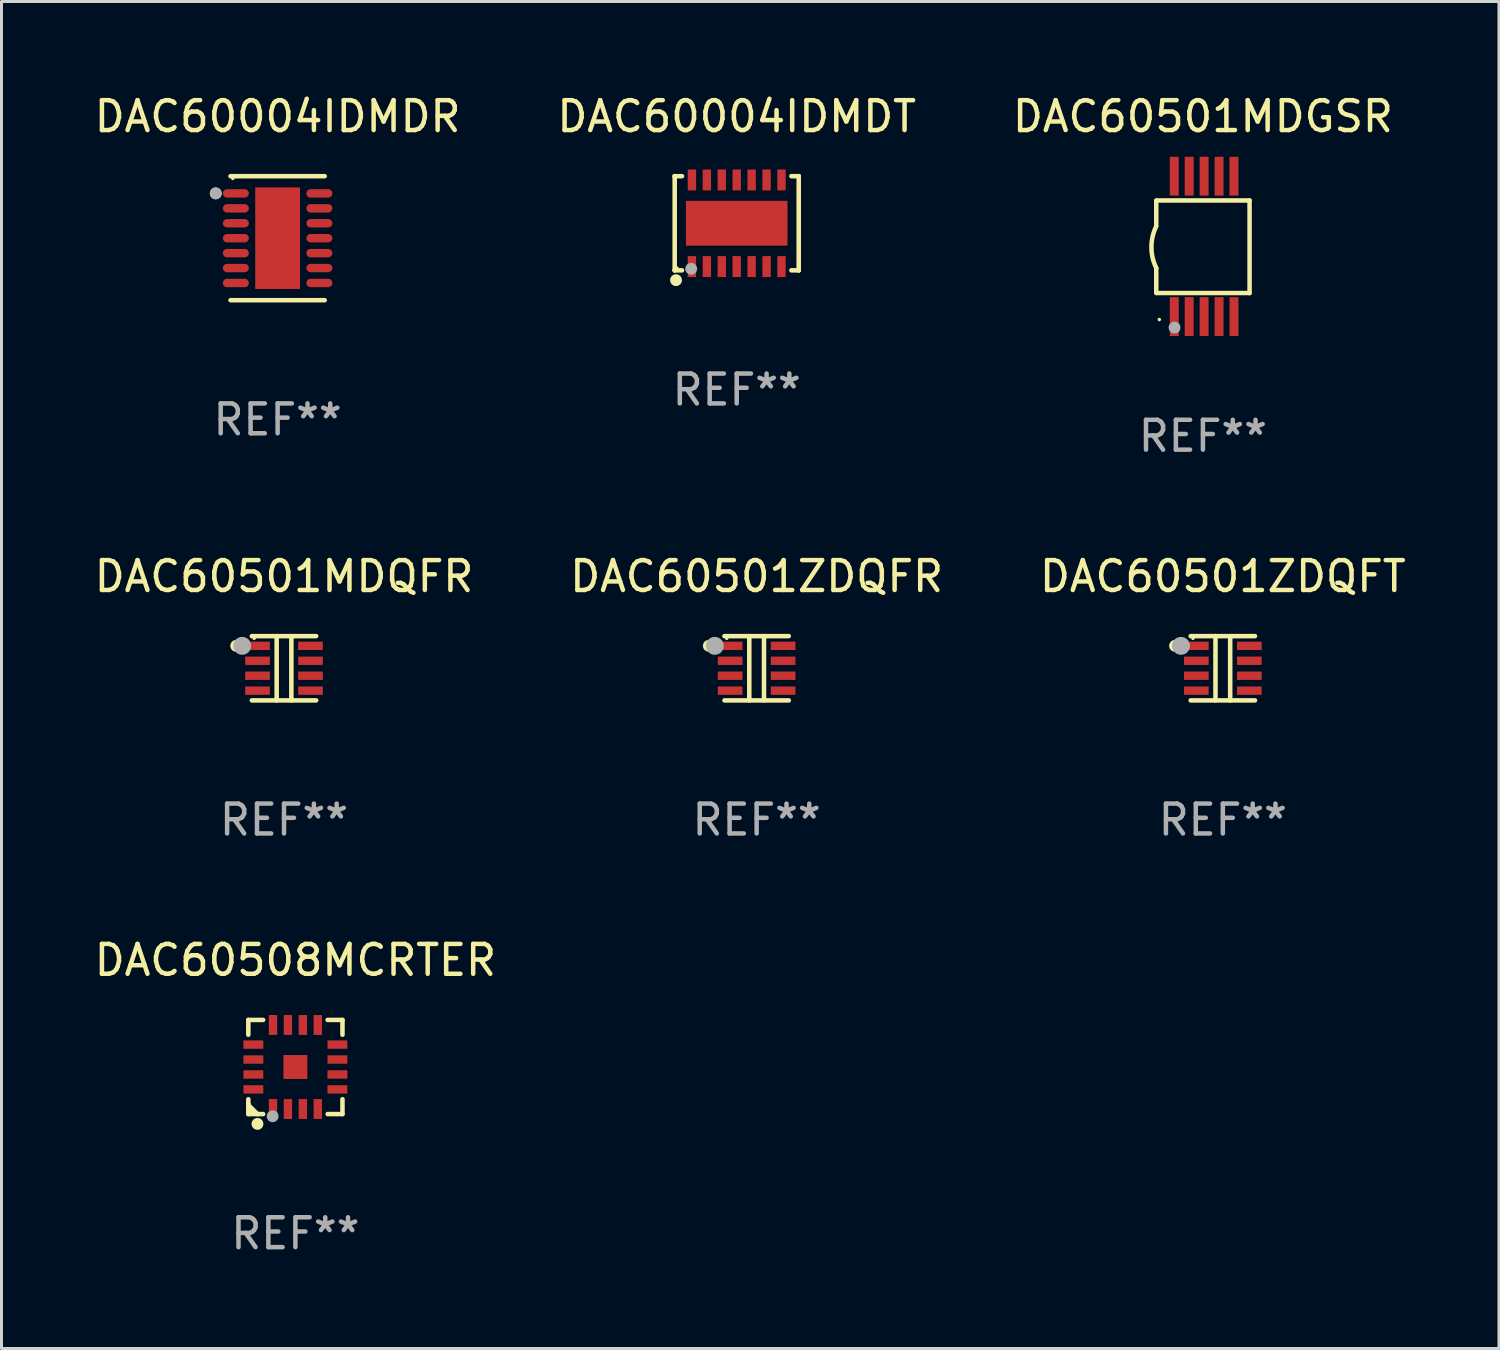
<source format=kicad_pcb>
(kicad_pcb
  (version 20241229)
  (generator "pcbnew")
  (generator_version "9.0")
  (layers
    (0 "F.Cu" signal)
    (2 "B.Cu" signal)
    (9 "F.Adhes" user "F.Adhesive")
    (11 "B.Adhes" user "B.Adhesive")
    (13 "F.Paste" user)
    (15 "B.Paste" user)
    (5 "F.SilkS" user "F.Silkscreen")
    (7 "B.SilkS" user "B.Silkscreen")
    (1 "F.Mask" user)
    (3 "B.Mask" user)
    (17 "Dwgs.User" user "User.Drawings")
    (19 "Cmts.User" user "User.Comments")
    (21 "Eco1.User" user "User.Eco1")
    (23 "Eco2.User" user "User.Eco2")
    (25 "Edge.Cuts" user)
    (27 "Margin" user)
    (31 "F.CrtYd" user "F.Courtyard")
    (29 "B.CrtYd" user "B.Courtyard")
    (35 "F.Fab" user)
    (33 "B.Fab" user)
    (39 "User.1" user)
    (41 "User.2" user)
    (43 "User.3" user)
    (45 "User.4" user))
  (footprint "DAC60501ZDQFT"
    (layer "F.Cu")
    (at 37.887 19.321)
    (property "Reference" "DAC60501ZDQFT" (at 0 -3.076 0) (layer "F.SilkS") (effects (font (size 1 1) (thickness 0.15))))
    (attr through_hole)
    (fp_line (start -1.076 -1.076) (end 1.076 -1.076) (stroke (width 0.152) (type solid)) (layer "F.SilkS"))
    (fp_line (start -0.246 -1.076) (end -0.246 1.076) (stroke (width 0.152) (type solid)) (layer "F.SilkS"))
    (fp_line (start 0.246 -1.076) (end 0.246 1.076) (stroke (width 0.152) (type solid)) (layer "F.SilkS"))
    (fp_line (start 1.076 1.076) (end -1.076 1.076) (stroke (width 0.152) (type solid)) (layer "F.SilkS"))
    (fp_circle (center -1.6 -0.75) (end -1.5 -0.75) (stroke (width 0.2) (type solid)) (fill no) (layer "F.SilkS"))
    (fp_circle (center -1 -1) (end -0.97 -1) (stroke (width 0.06) (type solid)) (fill no) (layer "F.SilkS"))
    (fp_circle (center -1.4 -0.75) (end -1.25 -0.75) (stroke (width 0.3) (type solid)) (fill no) (layer "F.Fab"))
    (fp_text user "REF**" (at 0 5.076 0) (layer "F.Fab") (effects (font (size 1 1) (thickness 0.15))))
    (pad "1" smd rect (at -0.887 -0.75) (size 0.825 0.28) (layers "F.Cu" "F.Mask" "F.Paste"))
    (pad "2" smd rect (at -0.887 -0.25) (size 0.825 0.28) (layers "F.Cu" "F.Mask" "F.Paste"))
    (pad "3" smd rect (at -0.887 0.25) (size 0.825 0.28) (layers "F.Cu" "F.Mask" "F.Paste"))
    (pad "4" smd rect (at -0.887 0.75) (size 0.825 0.28) (layers "F.Cu" "F.Mask" "F.Paste"))
    (pad "5" smd rect (at 0.887 0.75) (size 0.825 0.28) (layers "F.Cu" "F.Mask" "F.Paste"))
    (pad "6" smd rect (at 0.887 0.25) (size 0.825 0.28) (layers "F.Cu" "F.Mask" "F.Paste"))
    (pad "7" smd rect (at 0.887 -0.25) (size 0.825 0.28) (layers "F.Cu" "F.Mask" "F.Paste"))
    (pad "8" smd rect (at 0.887 -0.75) (size 0.825 0.28) (layers "F.Cu" "F.Mask" "F.Paste")))
  (footprint "DAC60501MDQFR"
    (layer "F.Cu")
    (at 6.458 19.321)
    (property "Reference" "DAC60501MDQFR" (at 0 -3.076 0) (layer "F.SilkS") (effects (font (size 1 1) (thickness 0.15))))
    (attr through_hole)
    (fp_line (start -1.076 -1.076) (end 1.076 -1.076) (stroke (width 0.152) (type solid)) (layer "F.SilkS"))
    (fp_line (start -0.246 -1.076) (end -0.246 1.076) (stroke (width 0.152) (type solid)) (layer "F.SilkS"))
    (fp_line (start 0.246 -1.076) (end 0.246 1.076) (stroke (width 0.152) (type solid)) (layer "F.SilkS"))
    (fp_line (start 1.076 1.076) (end -1.076 1.076) (stroke (width 0.152) (type solid)) (layer "F.SilkS"))
    (fp_circle (center -1.6 -0.75) (end -1.5 -0.75) (stroke (width 0.2) (type solid)) (fill no) (layer "F.SilkS"))
    (fp_circle (center -1 -1) (end -0.97 -1) (stroke (width 0.06) (type solid)) (fill no) (layer "F.SilkS"))
    (fp_circle (center -1.4 -0.75) (end -1.25 -0.75) (stroke (width 0.3) (type solid)) (fill no) (layer "F.Fab"))
    (fp_text user "REF**" (at 0 5.076 0) (layer "F.Fab") (effects (font (size 1 1) (thickness 0.15))))
    (pad "1" smd rect (at -0.887 -0.75) (size 0.825 0.28) (layers "F.Cu" "F.Mask" "F.Paste"))
    (pad "2" smd rect (at -0.887 -0.25) (size 0.825 0.28) (layers "F.Cu" "F.Mask" "F.Paste"))
    (pad "3" smd rect (at -0.887 0.25) (size 0.825 0.28) (layers "F.Cu" "F.Mask" "F.Paste"))
    (pad "4" smd rect (at -0.887 0.75) (size 0.825 0.28) (layers "F.Cu" "F.Mask" "F.Paste"))
    (pad "5" smd rect (at 0.887 0.75) (size 0.825 0.28) (layers "F.Cu" "F.Mask" "F.Paste"))
    (pad "6" smd rect (at 0.887 0.25) (size 0.825 0.28) (layers "F.Cu" "F.Mask" "F.Paste"))
    (pad "7" smd rect (at 0.887 -0.25) (size 0.825 0.28) (layers "F.Cu" "F.Mask" "F.Paste"))
    (pad "8" smd rect (at 0.887 -0.75) (size 0.825 0.28) (layers "F.Cu" "F.Mask" "F.Paste")))
  (footprint "DAC60508MCRTER"
    (layer "F.Cu")
    (at 6.839 32.67)
    (property "Reference" "DAC60508MCRTER" (at 0 -3.576 0) (layer "F.SilkS") (effects (font (size 1 1) (thickness 0.15))))
    (attr through_hole)
    (fp_line (start -1.576 -1.576) (end -1.08 -1.576) (stroke (width 0.152) (type solid)) (layer "F.SilkS"))
    (fp_line (start -1.576 -1.08) (end -1.576 -1.576) (stroke (width 0.152) (type solid)) (layer "F.SilkS"))
    (fp_line (start -1.576 1.08) (end -1.576 1.576) (stroke (width 0.152) (type solid)) (layer "F.SilkS"))
    (fp_line (start -1.576 1.232) (end -1.576 1.272) (stroke (width 0.152) (type solid)) (layer "F.SilkS"))
    (fp_line (start -1.576 1.272) (end -1.272 1.576) (stroke (width 0.152) (type solid)) (layer "F.SilkS"))
    (fp_line (start -1.576 1.576) (end -1.08 1.576) (stroke (width 0.152) (type solid)) (layer "F.SilkS"))
    (fp_line (start 1.576 -1.576) (end 1.08 -1.576) (stroke (width 0.152) (type solid)) (layer "F.SilkS"))
    (fp_line (start 1.576 -1.08) (end 1.576 -1.576) (stroke (width 0.152) (type solid)) (layer "F.SilkS"))
    (fp_line (start 1.576 1.08) (end 1.576 1.576) (stroke (width 0.152) (type solid)) (layer "F.SilkS"))
    (fp_line (start 1.576 1.576) (end 1.08 1.576) (stroke (width 0.152) (type solid)) (layer "F.SilkS"))
    (fp_circle (center -1.5 1.5) (end -1.47 1.5) (stroke (width 0.06) (type solid)) (fill no) (layer "F.SilkS"))
    (fp_circle (center -1.27 1.905) (end -1.17 1.905) (stroke (width 0.2) (type solid)) (fill no) (layer "F.SilkS"))
    (fp_circle (center -0.762 1.651) (end -0.662 1.651) (stroke (width 0.2) (type solid)) (fill no) (layer "F.Fab"))
    (fp_text user "REF**" (at 0 5.576 0) (layer "F.Fab") (effects (font (size 1 1) (thickness 0.15))))
    (pad "1" smd rect (at -0.75 1.407) (size 0.28 0.665) (layers "F.Cu" "F.Mask" "F.Paste"))
    (pad "2" smd rect (at -0.25 1.407) (size 0.28 0.665) (layers "F.Cu" "F.Mask" "F.Paste"))
    (pad "3" smd rect (at 0.25 1.407) (size 0.28 0.665) (layers "F.Cu" "F.Mask" "F.Paste"))
    (pad "4" smd rect (at 0.75 1.407) (size 0.28 0.665) (layers "F.Cu" "F.Mask" "F.Paste"))
    (pad "5" smd rect (at 1.407 0.75) (size 0.665 0.28) (layers "F.Cu" "F.Mask" "F.Paste"))
    (pad "6" smd rect (at 1.407 0.25) (size 0.665 0.28) (layers "F.Cu" "F.Mask" "F.Paste"))
    (pad "7" smd rect (at 1.407 -0.25) (size 0.665 0.28) (layers "F.Cu" "F.Mask" "F.Paste"))
    (pad "8" smd rect (at 1.407 -0.75) (size 0.665 0.28) (layers "F.Cu" "F.Mask" "F.Paste"))
    (pad "9" smd rect (at 0.75 -1.407) (size 0.28 0.665) (layers "F.Cu" "F.Mask" "F.Paste"))
    (pad "10" smd rect (at 0.25 -1.407) (size 0.28 0.665) (layers "F.Cu" "F.Mask" "F.Paste"))
    (pad "11" smd rect (at -0.25 -1.407) (size 0.28 0.665) (layers "F.Cu" "F.Mask" "F.Paste"))
    (pad "12" smd rect (at -0.75 -1.407) (size 0.28 0.665) (layers "F.Cu" "F.Mask" "F.Paste"))
    (pad "13" smd rect (at -1.407 -0.75) (size 0.665 0.28) (layers "F.Cu" "F.Mask" "F.Paste"))
    (pad "14" smd rect (at -1.407 -0.25) (size 0.665 0.28) (layers "F.Cu" "F.Mask" "F.Paste"))
    (pad "15" smd rect (at -1.407 0.25) (size 0.665 0.28) (layers "F.Cu" "F.Mask" "F.Paste"))
    (pad "16" smd rect (at -1.407 0.75) (size 0.665 0.28) (layers "F.Cu" "F.Mask" "F.Paste"))
    (pad "17" smd rect (at 0 0) (size 0.8 0.8) (layers "F.Cu" "F.Mask" "F.Paste")))
  (footprint "DAC60501ZDQFR"
    (layer "F.Cu")
    (at 22.28 19.321)
    (property "Reference" "DAC60501ZDQFR" (at 0 -3.076 0) (layer "F.SilkS") (effects (font (size 1 1) (thickness 0.15))))
    (attr through_hole)
    (fp_line (start -1.076 -1.076) (end 1.076 -1.076) (stroke (width 0.152) (type solid)) (layer "F.SilkS"))
    (fp_line (start -0.246 -1.076) (end -0.246 1.076) (stroke (width 0.152) (type solid)) (layer "F.SilkS"))
    (fp_line (start 0.246 -1.076) (end 0.246 1.076) (stroke (width 0.152) (type solid)) (layer "F.SilkS"))
    (fp_line (start 1.076 1.076) (end -1.076 1.076) (stroke (width 0.152) (type solid)) (layer "F.SilkS"))
    (fp_circle (center -1.6 -0.75) (end -1.5 -0.75) (stroke (width 0.2) (type solid)) (fill no) (layer "F.SilkS"))
    (fp_circle (center -1 -1) (end -0.97 -1) (stroke (width 0.06) (type solid)) (fill no) (layer "F.SilkS"))
    (fp_circle (center -1.4 -0.75) (end -1.25 -0.75) (stroke (width 0.3) (type solid)) (fill no) (layer "F.Fab"))
    (fp_text user "REF**" (at 0 5.076 0) (layer "F.Fab") (effects (font (size 1 1) (thickness 0.15))))
    (pad "1" smd rect (at -0.887 -0.75) (size 0.825 0.28) (layers "F.Cu" "F.Mask" "F.Paste"))
    (pad "2" smd rect (at -0.887 -0.25) (size 0.825 0.28) (layers "F.Cu" "F.Mask" "F.Paste"))
    (pad "3" smd rect (at -0.887 0.25) (size 0.825 0.28) (layers "F.Cu" "F.Mask" "F.Paste"))
    (pad "4" smd rect (at -0.887 0.75) (size 0.825 0.28) (layers "F.Cu" "F.Mask" "F.Paste"))
    (pad "5" smd rect (at 0.887 0.75) (size 0.825 0.28) (layers "F.Cu" "F.Mask" "F.Paste"))
    (pad "6" smd rect (at 0.887 0.25) (size 0.825 0.28) (layers "F.Cu" "F.Mask" "F.Paste"))
    (pad "7" smd rect (at 0.887 -0.25) (size 0.825 0.28) (layers "F.Cu" "F.Mask" "F.Paste"))
    (pad "8" smd rect (at 0.887 -0.75) (size 0.825 0.28) (layers "F.Cu" "F.Mask" "F.Paste")))
  (footprint "DAC60004IDMDT"
    (layer "F.Cu")
    (at 21.613 4.424)
    (property "Reference" "DAC60004IDMDT" (at 0 -3.576 0) (layer "F.SilkS") (effects (font (size 1 1) (thickness 0.15))))
    (attr through_hole)
    (fp_line (start -2.076 -1.576) (end -2.076 -1.576) (stroke (width 0.152) (type solid)) (layer "F.SilkS"))
    (fp_line (start -2.076 -1.576) (end -1.831 -1.576) (stroke (width 0.152) (type solid)) (layer "F.SilkS"))
    (fp_line (start -2.076 1.576) (end -2.076 -1.576) (stroke (width 0.152) (type solid)) (layer "F.SilkS"))
    (fp_line (start -2.076 1.576) (end -2.076 1.576) (stroke (width 0.152) (type solid)) (layer "F.SilkS"))
    (fp_line (start -1.831 1.576) (end -2.076 1.576) (stroke (width 0.152) (type solid)) (layer "F.SilkS"))
    (fp_line (start 1.831 1.576) (end 2.076 1.576) (stroke (width 0.152) (type solid)) (layer "F.SilkS"))
    (fp_line (start 2.076 -1.576) (end 1.831 -1.576) (stroke (width 0.152) (type solid)) (layer "F.SilkS"))
    (fp_line (start 2.076 -1.576) (end 2.076 -1.576) (stroke (width 0.152) (type solid)) (layer "F.SilkS"))
    (fp_line (start 2.076 1.576) (end 2.076 -1.576) (stroke (width 0.152) (type solid)) (layer "F.SilkS"))
    (fp_line (start 2.076 1.576) (end 2.076 1.576) (stroke (width 0.152) (type solid)) (layer "F.SilkS"))
    (fp_circle (center -2.032 1.905) (end -1.932 1.905) (stroke (width 0.2) (type solid)) (fill no) (layer "F.SilkS"))
    (fp_circle (center -2 1.5) (end -1.97 1.5) (stroke (width 0.06) (type solid)) (fill no) (layer "F.SilkS"))
    (fp_circle (center -1.524 1.524) (end -1.424 1.524) (stroke (width 0.2) (type solid)) (fill no) (layer "F.Fab"))
    (fp_text user "REF**" (at 0 5.576 0) (layer "F.Fab") (effects (font (size 1 1) (thickness 0.15))))
    (pad "1" smd rect (at -1.5 1.45) (size 0.28 0.7) (layers "F.Cu" "F.Mask" "F.Paste"))
    (pad "2" smd rect (at -1 1.45) (size 0.28 0.7) (layers "F.Cu" "F.Mask" "F.Paste"))
    (pad "3" smd rect (at -0.5 1.45) (size 0.28 0.7) (layers "F.Cu" "F.Mask" "F.Paste"))
    (pad "4" smd rect (at 0 1.45) (size 0.28 0.7) (layers "F.Cu" "F.Mask" "F.Paste"))
    (pad "5" smd rect (at 0.5 1.45) (size 0.28 0.7) (layers "F.Cu" "F.Mask" "F.Paste"))
    (pad "6" smd rect (at 1 1.45) (size 0.28 0.7) (layers "F.Cu" "F.Mask" "F.Paste"))
    (pad "7" smd rect (at 1.5 1.45) (size 0.28 0.7) (layers "F.Cu" "F.Mask" "F.Paste"))
    (pad "8" smd rect (at 1.5 -1.45) (size 0.28 0.7) (layers "F.Cu" "F.Mask" "F.Paste"))
    (pad "9" smd rect (at 1 -1.45) (size 0.28 0.7) (layers "F.Cu" "F.Mask" "F.Paste"))
    (pad "10" smd rect (at 0.5 -1.45) (size 0.28 0.7) (layers "F.Cu" "F.Mask" "F.Paste"))
    (pad "11" smd rect (at 0 -1.45) (size 0.28 0.7) (layers "F.Cu" "F.Mask" "F.Paste"))
    (pad "12" smd rect (at -0.5 -1.45) (size 0.28 0.7) (layers "F.Cu" "F.Mask" "F.Paste"))
    (pad "13" smd rect (at -1 -1.45) (size 0.28 0.7) (layers "F.Cu" "F.Mask" "F.Paste"))
    (pad "14" smd rect (at -1.5 -1.45) (size 0.28 0.7) (layers "F.Cu" "F.Mask" "F.Paste"))
    (pad "15" smd rect (at 0 0) (size 3.4 1.5) (layers "F.Cu" "F.Mask" "F.Paste")))
  (footprint "DAC60004IDMDR"
    (layer "F.Cu")
    (at 6.244 4.924)
    (property "Reference" "DAC60004IDMDR" (at 0 -4.076 0) (layer "F.SilkS") (effects (font (size 1 1) (thickness 0.15))))
    (attr through_hole)
    (fp_line (start -1.576 -2.076) (end 1.576 -2.076) (stroke (width 0.152) (type solid)) (layer "F.SilkS"))
    (fp_line (start -1.576 2.076) (end 1.576 2.076) (stroke (width 0.152) (type solid)) (layer "F.SilkS"))
    (fp_circle (center -2.071 -1.5) (end -1.971 -1.5) (stroke (width 0.2) (type solid)) (fill no) (layer "F.SilkS"))
    (fp_circle (center -1.5 -2) (end -1.47 -2) (stroke (width 0.06) (type solid)) (fill no) (layer "F.SilkS"))
    (fp_circle (center -2.071 -1.5) (end -1.971 -1.5) (stroke (width 0.2) (type solid)) (fill no) (layer "F.Fab"))
    (fp_text user "REF**" (at 0 6.076 0) (layer "F.Fab") (effects (font (size 1 1) (thickness 0.15))))
    (pad "1" smd oval (at -1.398 -1.5) (size 0.87 0.28) (layers "F.Cu" "F.Mask" "F.Paste"))
    (pad "2" smd oval (at -1.398 -1) (size 0.87 0.28) (layers "F.Cu" "F.Mask" "F.Paste"))
    (pad "3" smd oval (at -1.398 -0.5) (size 0.87 0.28) (layers "F.Cu" "F.Mask" "F.Paste"))
    (pad "4" smd oval (at -1.398 0) (size 0.87 0.28) (layers "F.Cu" "F.Mask" "F.Paste"))
    (pad "5" smd oval (at -1.398 0.5) (size 0.87 0.28) (layers "F.Cu" "F.Mask" "F.Paste"))
    (pad "6" smd oval (at -1.398 1) (size 0.87 0.28) (layers "F.Cu" "F.Mask" "F.Paste"))
    (pad "7" smd oval (at -1.398 1.5) (size 0.87 0.28) (layers "F.Cu" "F.Mask" "F.Paste"))
    (pad "8" smd oval (at 1.398 1.5) (size 0.87 0.28) (layers "F.Cu" "F.Mask" "F.Paste"))
    (pad "9" smd oval (at 1.398 1) (size 0.87 0.28) (layers "F.Cu" "F.Mask" "F.Paste"))
    (pad "10" smd oval (at 1.398 0.5) (size 0.87 0.28) (layers "F.Cu" "F.Mask" "F.Paste"))
    (pad "11" smd oval (at 1.398 0) (size 0.87 0.28) (layers "F.Cu" "F.Mask" "F.Paste"))
    (pad "12" smd oval (at 1.398 -0.5) (size 0.87 0.28) (layers "F.Cu" "F.Mask" "F.Paste"))
    (pad "13" smd oval (at 1.398 -1) (size 0.87 0.28) (layers "F.Cu" "F.Mask" "F.Paste"))
    (pad "14" smd oval (at 1.398 -1.5) (size 0.87 0.28) (layers "F.Cu" "F.Mask" "F.Paste"))
    (pad "15" smd rect (at 0 0) (size 1.5 3.4) (layers "F.Cu" "F.Mask" "F.Paste")))
  (footprint "DAC60501MDGSR"
    (layer "F.Cu")
    (at 37.22 5.198)
    (property "Reference" "DAC60501MDGSR" (at 0 -4.35 0) (layer "F.SilkS") (effects (font (size 1 1) (thickness 0.15))))
    (attr through_hole)
    (fp_line (start -1.562 -1.537) (end -1.562 -0.698) (stroke (width 0.15) (type solid)) (layer "F.SilkS"))
    (fp_line (start -1.562 0.724) (end -1.562 1.562) (stroke (width 0.15) (type solid)) (layer "F.SilkS"))
    (fp_line (start -1.538 -1.537) (end 1.562 -1.537) (stroke (width 0.15) (type solid)) (layer "F.SilkS"))
    (fp_line (start -1.538 1.562) (end 1.562 1.562) (stroke (width 0.15) (type solid)) (layer "F.SilkS"))
    (fp_line (start 1.562 1.564) (end 1.562 -1.537) (stroke (width 0.15) (type solid)) (layer "F.SilkS"))
    (fp_arc (start -1.562103 0.724079) (mid -1.723579 0.025578) (end -1.562103 -0.672924) (stroke (width 0.150013) (type solid)) (layer "F.SilkS"))
    (fp_circle (center -1.459 2.45) (end -1.429 2.45) (stroke (width 0.06) (type solid)) (fill no) (layer "F.SilkS"))
    (fp_circle (center -0.95 2.718) (end -0.85 2.718) (stroke (width 0.2) (type solid)) (fill no) (layer "F.Fab"))
    (fp_text user "REF**" (at 0 6.35 0) (layer "F.Fab") (effects (font (size 1 1) (thickness 0.15))))
    (pad "1" smd rect (at -0.959 2.35) (size 0.3 1.3) (layers "F.Cu" "F.Mask" "F.Paste"))
    (pad "2" smd rect (at -0.459 2.35) (size 0.3 1.3) (layers "F.Cu" "F.Mask" "F.Paste"))
    (pad "3" smd rect (at 0.04 2.35) (size 0.3 1.3) (layers "F.Cu" "F.Mask" "F.Paste"))
    (pad "4" smd rect (at 0.541 2.35) (size 0.3 1.3) (layers "F.Cu" "F.Mask" "F.Paste"))
    (pad "5" smd rect (at 1.041 2.35) (size 0.3 1.3) (layers "F.Cu" "F.Mask" "F.Paste"))
    (pad "6" smd rect (at 1.04 -2.35) (size 0.3 1.3) (layers "F.Cu" "F.Mask" "F.Paste"))
    (pad "7" smd rect (at 0.541 -2.35) (size 0.3 1.3) (layers "F.Cu" "F.Mask" "F.Paste"))
    (pad "8" smd rect (at 0.041 -2.35) (size 0.3 1.3) (layers "F.Cu" "F.Mask" "F.Paste"))
    (pad "9" smd rect (at -0.459 -2.35) (size 0.3 1.3) (layers "F.Cu" "F.Mask" "F.Paste"))
    (pad "10" smd rect (at -0.96 -2.35) (size 0.3 1.3) (layers "F.Cu" "F.Mask" "F.Paste")))
  (gr_rect
    (start -3 -3)
    (end 47.131 42.094)
    (stroke (width 0.1) (type default))
    (fill no)
    (layer "Edge.Cuts")))
</source>
